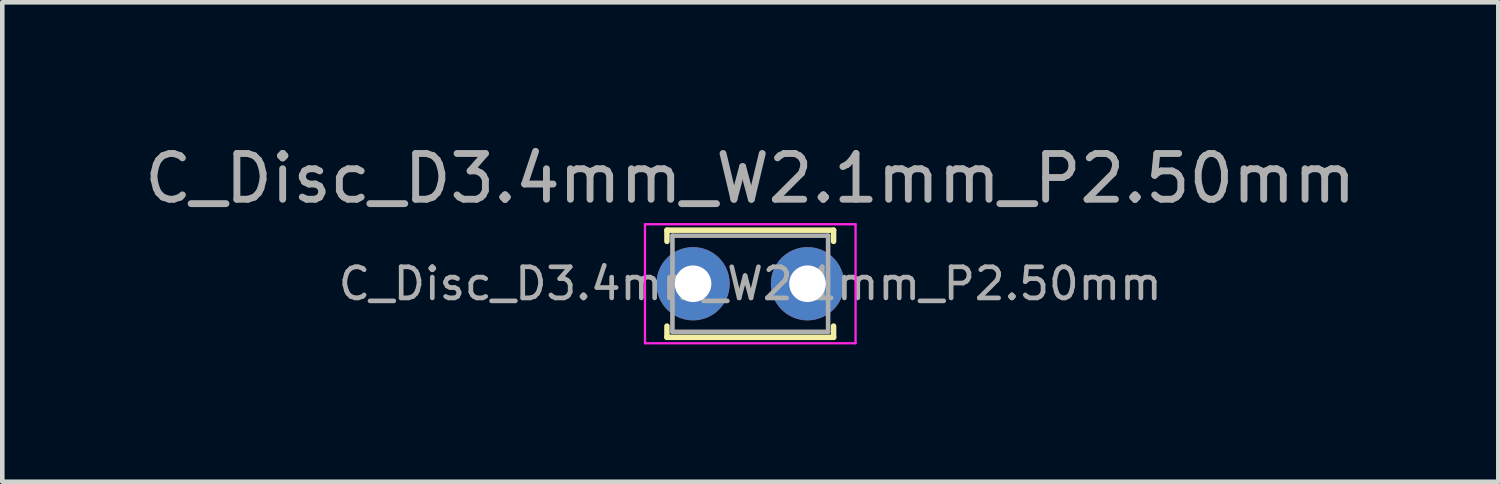
<source format=kicad_pcb>
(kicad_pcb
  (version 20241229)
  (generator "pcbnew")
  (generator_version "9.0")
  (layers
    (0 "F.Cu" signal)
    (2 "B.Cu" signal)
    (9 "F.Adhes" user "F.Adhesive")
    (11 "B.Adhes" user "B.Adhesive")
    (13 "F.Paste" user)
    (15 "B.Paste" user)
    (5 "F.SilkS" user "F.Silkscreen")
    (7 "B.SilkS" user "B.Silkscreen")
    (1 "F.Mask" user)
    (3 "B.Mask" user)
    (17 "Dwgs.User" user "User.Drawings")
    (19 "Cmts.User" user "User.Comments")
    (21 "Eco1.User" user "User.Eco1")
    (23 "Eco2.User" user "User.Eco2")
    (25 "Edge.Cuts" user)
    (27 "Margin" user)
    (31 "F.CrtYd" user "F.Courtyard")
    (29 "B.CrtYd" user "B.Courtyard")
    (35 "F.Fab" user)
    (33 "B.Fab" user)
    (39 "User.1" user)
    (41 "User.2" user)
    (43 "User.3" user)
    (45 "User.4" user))
  (footprint "C_Disc_D3.4mm_W2.1mm_P2.50mm"
    (layer "F.Cu")
    (at 12.089 3.148)
    (property "Reference" "C_Disc_D3.4mm_W2.1mm_P2.50mm" (at 1.25 -2.3 0) (layer "F.Fab") (effects (font (size 1 1) (thickness 0.15))))
    (attr through_hole)
    (fp_line (start -0.57 -1.17) (end -0.57 -0.925) (stroke (width 0.12) (type solid)) (layer "F.SilkS"))
    (fp_line (start -0.57 -1.17) (end 3.07 -1.17) (stroke (width 0.12) (type solid)) (layer "F.SilkS"))
    (fp_line (start -0.57 0.925) (end -0.57 1.17) (stroke (width 0.12) (type solid)) (layer "F.SilkS"))
    (fp_line (start -0.57 1.17) (end 3.07 1.17) (stroke (width 0.12) (type solid)) (layer "F.SilkS"))
    (fp_line (start 3.07 -1.17) (end 3.07 -0.925) (stroke (width 0.12) (type solid)) (layer "F.SilkS"))
    (fp_line (start 3.07 0.925) (end 3.07 1.17) (stroke (width 0.12) (type solid)) (layer "F.SilkS"))
    (fp_line (start -1.05 -1.3) (end -1.05 1.3) (stroke (width 0.05) (type solid)) (layer "F.CrtYd"))
    (fp_line (start -1.05 1.3) (end 3.55 1.3) (stroke (width 0.05) (type solid)) (layer "F.CrtYd"))
    (fp_line (start 3.55 -1.3) (end -1.05 -1.3) (stroke (width 0.05) (type solid)) (layer "F.CrtYd"))
    (fp_line (start 3.55 1.3) (end 3.55 -1.3) (stroke (width 0.05) (type solid)) (layer "F.CrtYd"))
    (fp_line (start -0.45 -1.05) (end -0.45 1.05) (stroke (width 0.1) (type solid)) (layer "F.Fab"))
    (fp_line (start -0.45 1.05) (end 2.95 1.05) (stroke (width 0.1) (type solid)) (layer "F.Fab"))
    (fp_line (start 2.95 -1.05) (end -0.45 -1.05) (stroke (width 0.1) (type solid)) (layer "F.Fab"))
    (fp_line (start 2.95 1.05) (end 2.95 -1.05) (stroke (width 0.1) (type solid)) (layer "F.Fab"))
    (fp_text user "${REFERENCE}" (at 1.25 0 0) (layer "F.Fab") (effects (font (size 0.68 0.68) (thickness 0.102))))
    (pad "1" thru_hole circle (at 0 0) (size 1.6 1.6) (drill 0.8) (layers "*.Cu" "*.Mask"))
    (pad "2" thru_hole circle (at 2.5 0) (size 1.6 1.6) (drill 0.8) (layers "*.Cu" "*.Mask")))
  (gr_rect
    (start -3 -3)
    (end 29.679 7.473)
    (stroke (width 0.1) (type default))
    (fill no)
    (layer "Edge.Cuts")))
</source>
